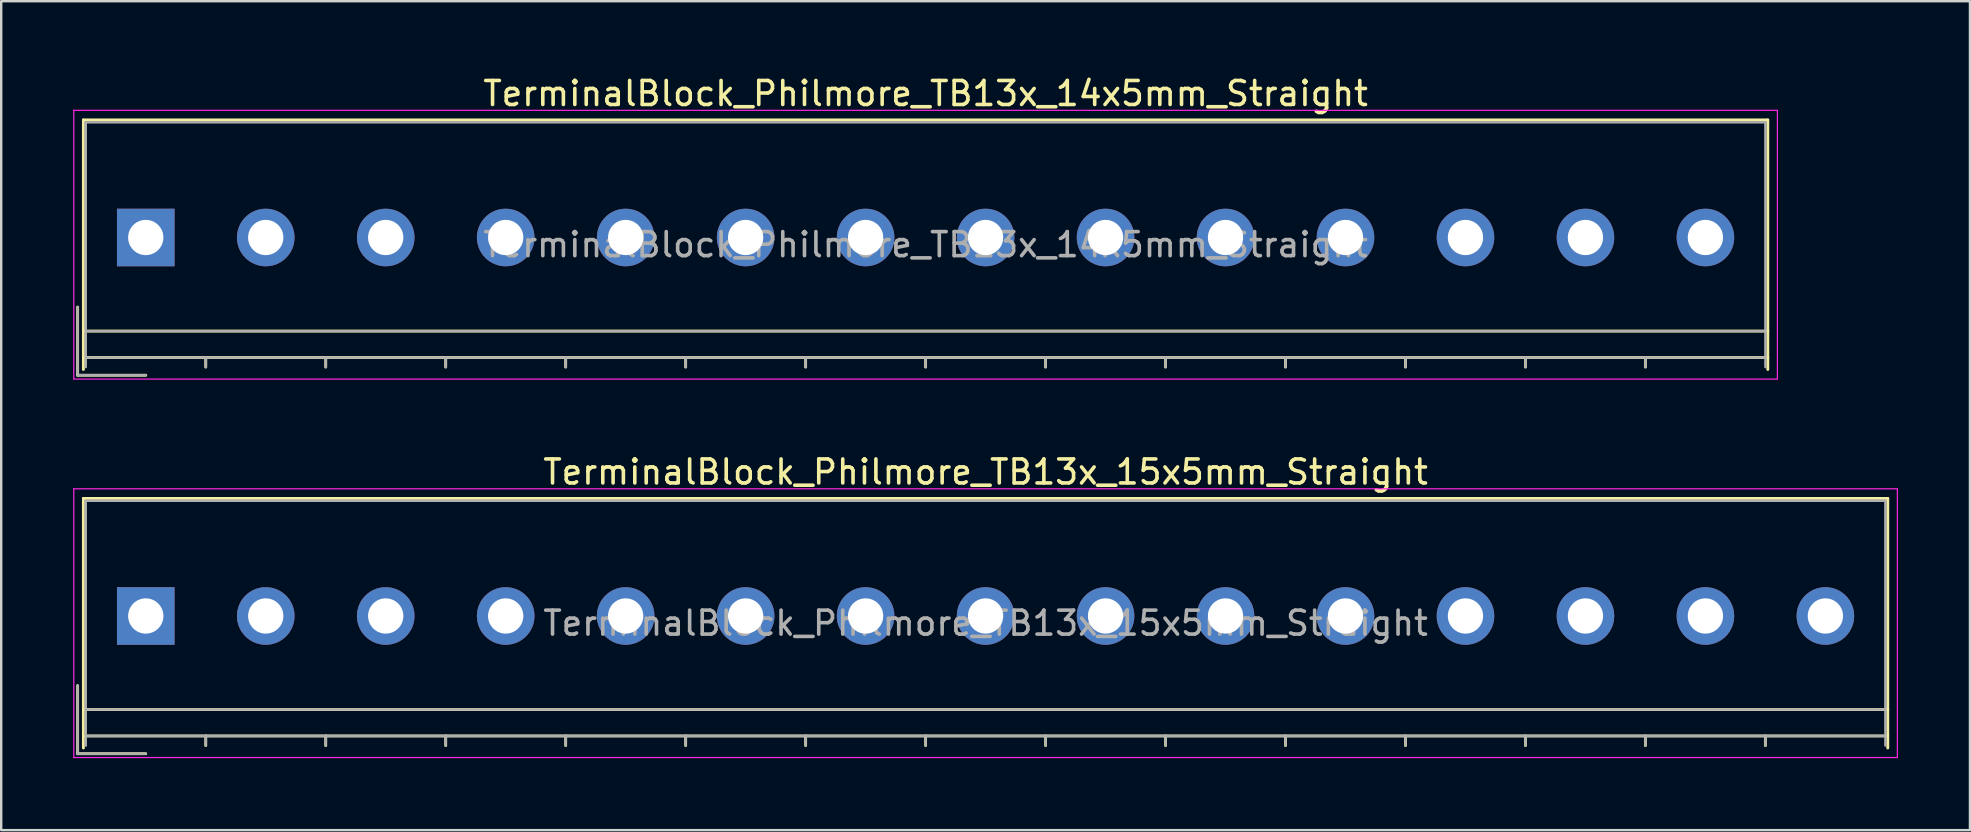
<source format=kicad_pcb>
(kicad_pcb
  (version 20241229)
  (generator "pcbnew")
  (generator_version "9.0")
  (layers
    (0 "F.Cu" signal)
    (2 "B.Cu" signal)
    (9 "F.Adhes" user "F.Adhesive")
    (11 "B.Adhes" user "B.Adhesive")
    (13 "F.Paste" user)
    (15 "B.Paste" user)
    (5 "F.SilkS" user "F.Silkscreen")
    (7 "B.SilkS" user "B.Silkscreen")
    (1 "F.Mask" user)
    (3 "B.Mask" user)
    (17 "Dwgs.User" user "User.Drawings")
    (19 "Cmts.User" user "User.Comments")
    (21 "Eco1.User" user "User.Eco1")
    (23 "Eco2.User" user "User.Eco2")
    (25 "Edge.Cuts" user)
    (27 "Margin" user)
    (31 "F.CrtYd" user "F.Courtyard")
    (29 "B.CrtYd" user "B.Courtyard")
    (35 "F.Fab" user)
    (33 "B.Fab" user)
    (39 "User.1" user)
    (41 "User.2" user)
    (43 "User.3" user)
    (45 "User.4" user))
  (footprint "TerminalBlock_Philmore_TB13x_14x5mm_Straight"
    (layer "F.Cu")
    (at 3.025 6.848)
    (property "Reference" "TerminalBlock_Philmore_TB13x_14x5mm_Straight" (at 32.5 -6 0) (layer "F.SilkS") (effects (font (size 1 1) (thickness 0.15))))
    (attr through_hole)
    (fp_line (start -2.84 2.9) (end -2.84 5.74) (stroke (width 0.12) (type solid)) (layer "F.SilkS"))
    (fp_line (start -2.84 5.74) (end 0 5.74) (stroke (width 0.12) (type solid)) (layer "F.SilkS"))
    (fp_line (start -2.6 -4.9) (end 67.6 -4.9) (stroke (width 0.12) (type solid)) (layer "F.SilkS"))
    (fp_line (start -2.6 3.9) (end 67.6 3.9) (stroke (width 0.12) (type solid)) (layer "F.SilkS"))
    (fp_line (start -2.6 5) (end 67.6 5) (stroke (width 0.12) (type solid)) (layer "F.SilkS"))
    (fp_line (start -2.6 5.5) (end -2.6 -4.9) (stroke (width 0.12) (type solid)) (layer "F.SilkS"))
    (fp_line (start 2.5 5) (end 2.5 5.4) (stroke (width 0.12) (type solid)) (layer "F.SilkS"))
    (fp_line (start 7.5 5) (end 7.5 5.4) (stroke (width 0.12) (type solid)) (layer "F.SilkS"))
    (fp_line (start 12.5 5) (end 12.5 5.4) (stroke (width 0.12) (type solid)) (layer "F.SilkS"))
    (fp_line (start 17.5 5) (end 17.5 5.4) (stroke (width 0.12) (type solid)) (layer "F.SilkS"))
    (fp_line (start 22.5 5) (end 22.5 5.4) (stroke (width 0.12) (type solid)) (layer "F.SilkS"))
    (fp_line (start 27.5 5) (end 27.5 5.4) (stroke (width 0.12) (type solid)) (layer "F.SilkS"))
    (fp_line (start 32.5 5) (end 32.5 5.4) (stroke (width 0.12) (type solid)) (layer "F.SilkS"))
    (fp_line (start 37.5 5) (end 37.5 5.4) (stroke (width 0.12) (type solid)) (layer "F.SilkS"))
    (fp_line (start 42.5 5) (end 42.5 5.4) (stroke (width 0.12) (type solid)) (layer "F.SilkS"))
    (fp_line (start 47.5 5) (end 47.5 5.4) (stroke (width 0.12) (type solid)) (layer "F.SilkS"))
    (fp_line (start 52.5 5) (end 52.5 5.4) (stroke (width 0.12) (type solid)) (layer "F.SilkS"))
    (fp_line (start 57.5 5) (end 57.5 5.4) (stroke (width 0.12) (type solid)) (layer "F.SilkS"))
    (fp_line (start 62.5 5) (end 62.5 5.4) (stroke (width 0.12) (type solid)) (layer "F.SilkS"))
    (fp_line (start 67.6 -4.9) (end 67.6 5.5) (stroke (width 0.12) (type solid)) (layer "F.SilkS"))
    (fp_line (start -3 -5.3) (end -3 5.9) (stroke (width 0.05) (type solid)) (layer "F.CrtYd"))
    (fp_line (start -3 5.9) (end 68 5.9) (stroke (width 0.05) (type solid)) (layer "F.CrtYd"))
    (fp_line (start 68 -5.3) (end -3 -5.3) (stroke (width 0.05) (type solid)) (layer "F.CrtYd"))
    (fp_line (start 68 5.9) (end 68 -5.3) (stroke (width 0.05) (type solid)) (layer "F.CrtYd"))
    (fp_line (start -2.84 2.9) (end -2.84 5.74) (stroke (width 0.1) (type solid)) (layer "F.Fab"))
    (fp_line (start -2.84 5.74) (end 0 5.74) (stroke (width 0.1) (type solid)) (layer "F.Fab"))
    (fp_line (start -2.5 -4.8) (end 67.5 -4.8) (stroke (width 0.1) (type solid)) (layer "F.Fab"))
    (fp_line (start -2.5 3.9) (end 67.5 3.9) (stroke (width 0.1) (type solid)) (layer "F.Fab"))
    (fp_line (start -2.5 5) (end 67.5 5) (stroke (width 0.1) (type solid)) (layer "F.Fab"))
    (fp_line (start -2.5 5.4) (end -2.5 -4.8) (stroke (width 0.1) (type solid)) (layer "F.Fab"))
    (fp_line (start 2.5 5) (end 2.5 5.4) (stroke (width 0.1) (type solid)) (layer "F.Fab"))
    (fp_line (start 7.5 5) (end 7.5 5.4) (stroke (width 0.1) (type solid)) (layer "F.Fab"))
    (fp_line (start 12.5 5) (end 12.5 5.4) (stroke (width 0.1) (type solid)) (layer "F.Fab"))
    (fp_line (start 17.5 5) (end 17.5 5.4) (stroke (width 0.1) (type solid)) (layer "F.Fab"))
    (fp_line (start 22.5 5) (end 22.5 5.4) (stroke (width 0.1) (type solid)) (layer "F.Fab"))
    (fp_line (start 27.5 5) (end 27.5 5.4) (stroke (width 0.1) (type solid)) (layer "F.Fab"))
    (fp_line (start 32.5 5) (end 32.5 5.4) (stroke (width 0.1) (type solid)) (layer "F.Fab"))
    (fp_line (start 37.5 5) (end 37.5 5.4) (stroke (width 0.1) (type solid)) (layer "F.Fab"))
    (fp_line (start 42.5 5) (end 42.5 5.4) (stroke (width 0.1) (type solid)) (layer "F.Fab"))
    (fp_line (start 47.5 5) (end 47.5 5.4) (stroke (width 0.1) (type solid)) (layer "F.Fab"))
    (fp_line (start 52.5 5) (end 52.5 5.4) (stroke (width 0.1) (type solid)) (layer "F.Fab"))
    (fp_line (start 57.5 5) (end 57.5 5.4) (stroke (width 0.1) (type solid)) (layer "F.Fab"))
    (fp_line (start 62.5 5) (end 62.5 5.4) (stroke (width 0.1) (type solid)) (layer "F.Fab"))
    (fp_line (start 67.5 -4.8) (end 67.5 5.4) (stroke (width 0.1) (type solid)) (layer "F.Fab"))
    (fp_text user "${REFERENCE}" (at 32.5 0.3 0) (layer "F.Fab") (effects (font (size 1 1) (thickness 0.15))))
    (pad "1" thru_hole rect (at 0 0) (size 2.4 2.4) (drill 1.47) (layers "*.Cu" "*.Mask"))
    (pad "2" thru_hole circle (at 5 0) (size 2.4 2.4) (drill 1.47) (layers "*.Cu" "*.Mask"))
    (pad "3" thru_hole circle (at 10 0) (size 2.4 2.4) (drill 1.47) (layers "*.Cu" "*.Mask"))
    (pad "4" thru_hole circle (at 15 0) (size 2.4 2.4) (drill 1.47) (layers "*.Cu" "*.Mask"))
    (pad "5" thru_hole circle (at 20 0) (size 2.4 2.4) (drill 1.47) (layers "*.Cu" "*.Mask"))
    (pad "6" thru_hole circle (at 25 0) (size 2.4 2.4) (drill 1.47) (layers "*.Cu" "*.Mask"))
    (pad "7" thru_hole circle (at 30 0) (size 2.4 2.4) (drill 1.47) (layers "*.Cu" "*.Mask"))
    (pad "8" thru_hole circle (at 35 0) (size 2.4 2.4) (drill 1.47) (layers "*.Cu" "*.Mask"))
    (pad "9" thru_hole circle (at 40 0) (size 2.4 2.4) (drill 1.47) (layers "*.Cu" "*.Mask"))
    (pad "10" thru_hole circle (at 45 0) (size 2.4 2.4) (drill 1.47) (layers "*.Cu" "*.Mask"))
    (pad "11" thru_hole circle (at 50 0) (size 2.4 2.4) (drill 1.47) (layers "*.Cu" "*.Mask"))
    (pad "12" thru_hole circle (at 55 0) (size 2.4 2.4) (drill 1.47) (layers "*.Cu" "*.Mask"))
    (pad "13" thru_hole circle (at 60 0) (size 2.4 2.4) (drill 1.47) (layers "*.Cu" "*.Mask"))
    (pad "14" thru_hole circle (at 65 0) (size 2.4 2.4) (drill 1.47) (layers "*.Cu" "*.Mask")))
  (footprint "TerminalBlock_Philmore_TB13x_15x5mm_Straight"
    (layer "F.Cu")
    (at 3.025 22.622)
    (property "Reference" "TerminalBlock_Philmore_TB13x_15x5mm_Straight" (at 35 -6 0) (layer "F.SilkS") (effects (font (size 1 1) (thickness 0.15))))
    (attr through_hole)
    (fp_line (start -2.84 2.9) (end -2.84 5.74) (stroke (width 0.12) (type solid)) (layer "F.SilkS"))
    (fp_line (start -2.84 5.74) (end 0 5.74) (stroke (width 0.12) (type solid)) (layer "F.SilkS"))
    (fp_line (start -2.6 -4.9) (end 72.6 -4.9) (stroke (width 0.12) (type solid)) (layer "F.SilkS"))
    (fp_line (start -2.6 3.9) (end 72.6 3.9) (stroke (width 0.12) (type solid)) (layer "F.SilkS"))
    (fp_line (start -2.6 5) (end 72.6 5) (stroke (width 0.12) (type solid)) (layer "F.SilkS"))
    (fp_line (start -2.6 5.5) (end -2.6 -4.9) (stroke (width 0.12) (type solid)) (layer "F.SilkS"))
    (fp_line (start 2.5 5) (end 2.5 5.4) (stroke (width 0.12) (type solid)) (layer "F.SilkS"))
    (fp_line (start 7.5 5) (end 7.5 5.4) (stroke (width 0.12) (type solid)) (layer "F.SilkS"))
    (fp_line (start 12.5 5) (end 12.5 5.4) (stroke (width 0.12) (type solid)) (layer "F.SilkS"))
    (fp_line (start 17.5 5) (end 17.5 5.4) (stroke (width 0.12) (type solid)) (layer "F.SilkS"))
    (fp_line (start 22.5 5) (end 22.5 5.4) (stroke (width 0.12) (type solid)) (layer "F.SilkS"))
    (fp_line (start 27.5 5) (end 27.5 5.4) (stroke (width 0.12) (type solid)) (layer "F.SilkS"))
    (fp_line (start 32.5 5) (end 32.5 5.4) (stroke (width 0.12) (type solid)) (layer "F.SilkS"))
    (fp_line (start 37.5 5) (end 37.5 5.4) (stroke (width 0.12) (type solid)) (layer "F.SilkS"))
    (fp_line (start 42.5 5) (end 42.5 5.4) (stroke (width 0.12) (type solid)) (layer "F.SilkS"))
    (fp_line (start 47.5 5) (end 47.5 5.4) (stroke (width 0.12) (type solid)) (layer "F.SilkS"))
    (fp_line (start 52.5 5) (end 52.5 5.4) (stroke (width 0.12) (type solid)) (layer "F.SilkS"))
    (fp_line (start 57.5 5) (end 57.5 5.4) (stroke (width 0.12) (type solid)) (layer "F.SilkS"))
    (fp_line (start 62.5 5) (end 62.5 5.4) (stroke (width 0.12) (type solid)) (layer "F.SilkS"))
    (fp_line (start 67.5 5) (end 67.5 5.4) (stroke (width 0.12) (type solid)) (layer "F.SilkS"))
    (fp_line (start 72.6 -4.9) (end 72.6 5.5) (stroke (width 0.12) (type solid)) (layer "F.SilkS"))
    (fp_line (start -3 -5.3) (end -3 5.9) (stroke (width 0.05) (type solid)) (layer "F.CrtYd"))
    (fp_line (start -3 5.9) (end 73 5.9) (stroke (width 0.05) (type solid)) (layer "F.CrtYd"))
    (fp_line (start 73 -5.3) (end -3 -5.3) (stroke (width 0.05) (type solid)) (layer "F.CrtYd"))
    (fp_line (start 73 5.9) (end 73 -5.3) (stroke (width 0.05) (type solid)) (layer "F.CrtYd"))
    (fp_line (start -2.84 2.9) (end -2.84 5.74) (stroke (width 0.1) (type solid)) (layer "F.Fab"))
    (fp_line (start -2.84 5.74) (end 0 5.74) (stroke (width 0.1) (type solid)) (layer "F.Fab"))
    (fp_line (start -2.5 -4.8) (end 72.5 -4.8) (stroke (width 0.1) (type solid)) (layer "F.Fab"))
    (fp_line (start -2.5 3.9) (end 72.5 3.9) (stroke (width 0.1) (type solid)) (layer "F.Fab"))
    (fp_line (start -2.5 5) (end 72.5 5) (stroke (width 0.1) (type solid)) (layer "F.Fab"))
    (fp_line (start -2.5 5.4) (end -2.5 -4.8) (stroke (width 0.1) (type solid)) (layer "F.Fab"))
    (fp_line (start 2.5 5) (end 2.5 5.4) (stroke (width 0.1) (type solid)) (layer "F.Fab"))
    (fp_line (start 7.5 5) (end 7.5 5.4) (stroke (width 0.1) (type solid)) (layer "F.Fab"))
    (fp_line (start 12.5 5) (end 12.5 5.4) (stroke (width 0.1) (type solid)) (layer "F.Fab"))
    (fp_line (start 17.5 5) (end 17.5 5.4) (stroke (width 0.1) (type solid)) (layer "F.Fab"))
    (fp_line (start 22.5 5) (end 22.5 5.4) (stroke (width 0.1) (type solid)) (layer "F.Fab"))
    (fp_line (start 27.5 5) (end 27.5 5.4) (stroke (width 0.1) (type solid)) (layer "F.Fab"))
    (fp_line (start 32.5 5) (end 32.5 5.4) (stroke (width 0.1) (type solid)) (layer "F.Fab"))
    (fp_line (start 37.5 5) (end 37.5 5.4) (stroke (width 0.1) (type solid)) (layer "F.Fab"))
    (fp_line (start 42.5 5) (end 42.5 5.4) (stroke (width 0.1) (type solid)) (layer "F.Fab"))
    (fp_line (start 47.5 5) (end 47.5 5.4) (stroke (width 0.1) (type solid)) (layer "F.Fab"))
    (fp_line (start 52.5 5) (end 52.5 5.4) (stroke (width 0.1) (type solid)) (layer "F.Fab"))
    (fp_line (start 57.5 5) (end 57.5 5.4) (stroke (width 0.1) (type solid)) (layer "F.Fab"))
    (fp_line (start 62.5 5) (end 62.5 5.4) (stroke (width 0.1) (type solid)) (layer "F.Fab"))
    (fp_line (start 67.5 5) (end 67.5 5.4) (stroke (width 0.1) (type solid)) (layer "F.Fab"))
    (fp_line (start 72.5 -4.8) (end 72.5 5.4) (stroke (width 0.1) (type solid)) (layer "F.Fab"))
    (fp_text user "${REFERENCE}" (at 35 0.3 0) (layer "F.Fab") (effects (font (size 1 1) (thickness 0.15))))
    (pad "1" thru_hole rect (at 0 0) (size 2.4 2.4) (drill 1.47) (layers "*.Cu" "*.Mask"))
    (pad "2" thru_hole circle (at 5 0) (size 2.4 2.4) (drill 1.47) (layers "*.Cu" "*.Mask"))
    (pad "3" thru_hole circle (at 10 0) (size 2.4 2.4) (drill 1.47) (layers "*.Cu" "*.Mask"))
    (pad "4" thru_hole circle (at 15 0) (size 2.4 2.4) (drill 1.47) (layers "*.Cu" "*.Mask"))
    (pad "5" thru_hole circle (at 20 0) (size 2.4 2.4) (drill 1.47) (layers "*.Cu" "*.Mask"))
    (pad "6" thru_hole circle (at 25 0) (size 2.4 2.4) (drill 1.47) (layers "*.Cu" "*.Mask"))
    (pad "7" thru_hole circle (at 30 0) (size 2.4 2.4) (drill 1.47) (layers "*.Cu" "*.Mask"))
    (pad "8" thru_hole circle (at 35 0) (size 2.4 2.4) (drill 1.47) (layers "*.Cu" "*.Mask"))
    (pad "9" thru_hole circle (at 40 0) (size 2.4 2.4) (drill 1.47) (layers "*.Cu" "*.Mask"))
    (pad "10" thru_hole circle (at 45 0) (size 2.4 2.4) (drill 1.47) (layers "*.Cu" "*.Mask"))
    (pad "11" thru_hole circle (at 50 0) (size 2.4 2.4) (drill 1.47) (layers "*.Cu" "*.Mask"))
    (pad "12" thru_hole circle (at 55 0) (size 2.4 2.4) (drill 1.47) (layers "*.Cu" "*.Mask"))
    (pad "13" thru_hole circle (at 60 0) (size 2.4 2.4) (drill 1.47) (layers "*.Cu" "*.Mask"))
    (pad "14" thru_hole circle (at 65 0) (size 2.4 2.4) (drill 1.47) (layers "*.Cu" "*.Mask"))
    (pad "15" thru_hole circle (at 70 0) (size 2.4 2.4) (drill 1.47) (layers "*.Cu" "*.Mask")))
  (gr_rect
    (start -3 -3)
    (end 79.05 31.547)
    (stroke (width 0.1) (type default))
    (fill no)
    (layer "Edge.Cuts")))
</source>
